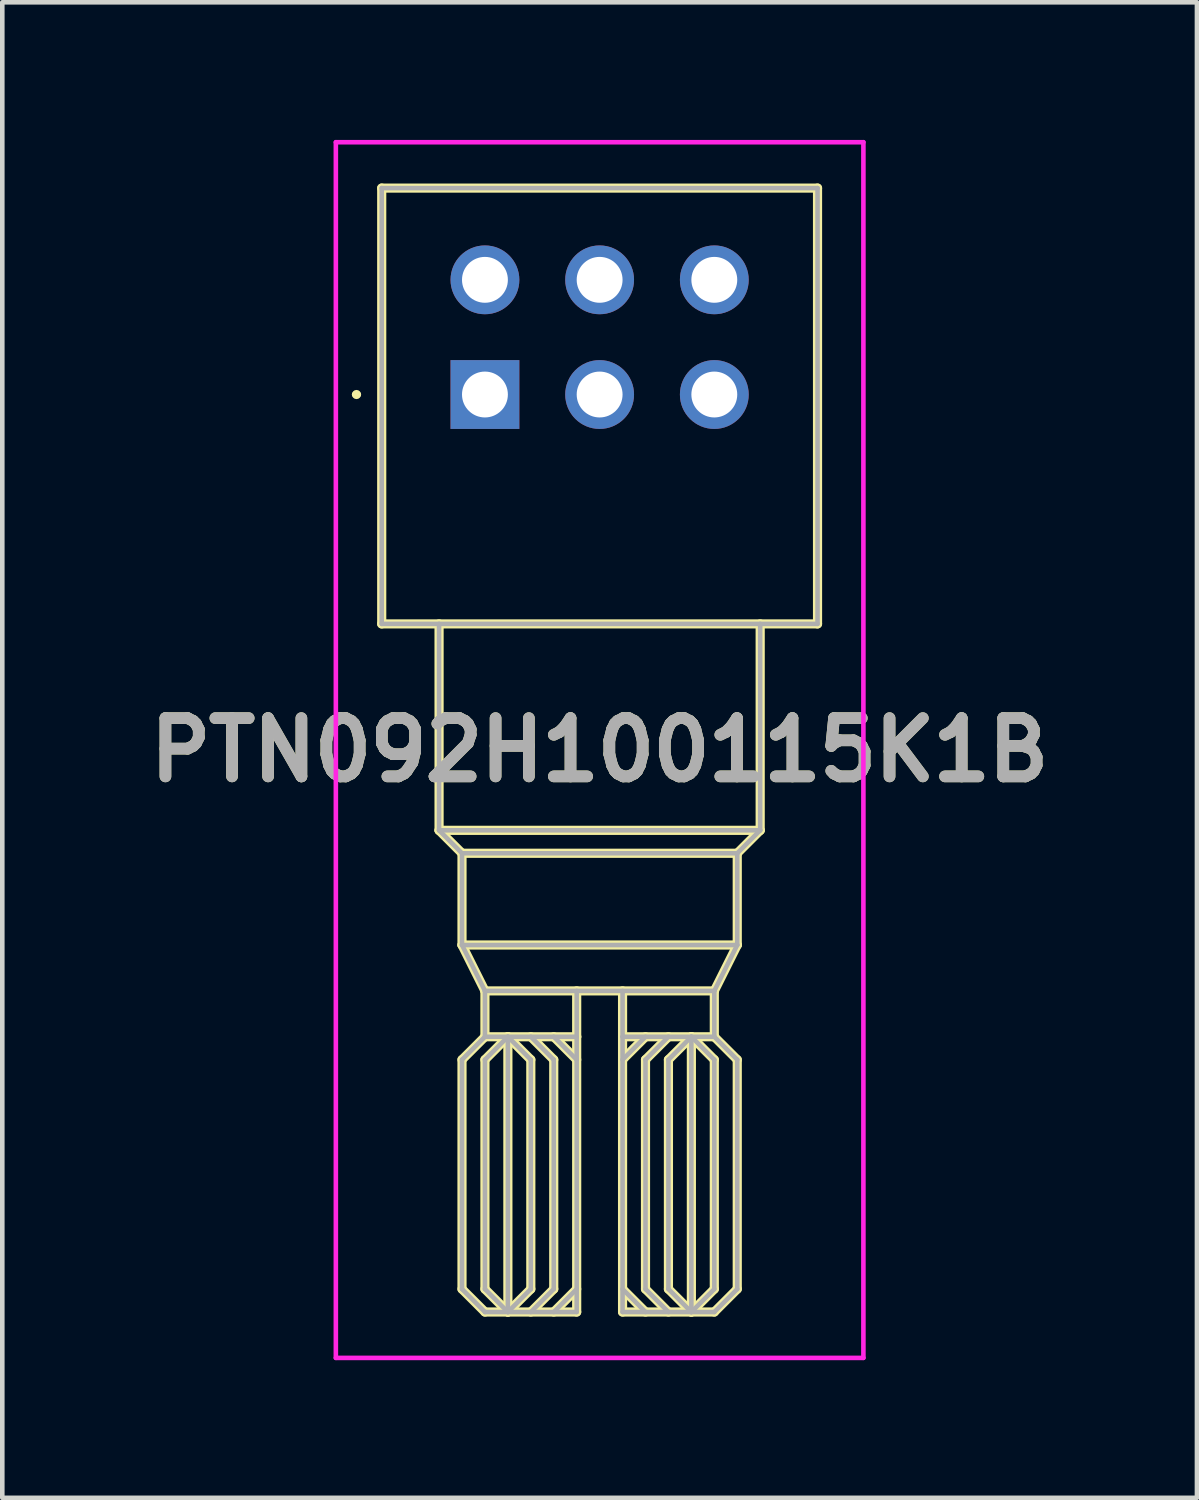
<source format=kicad_pcb>
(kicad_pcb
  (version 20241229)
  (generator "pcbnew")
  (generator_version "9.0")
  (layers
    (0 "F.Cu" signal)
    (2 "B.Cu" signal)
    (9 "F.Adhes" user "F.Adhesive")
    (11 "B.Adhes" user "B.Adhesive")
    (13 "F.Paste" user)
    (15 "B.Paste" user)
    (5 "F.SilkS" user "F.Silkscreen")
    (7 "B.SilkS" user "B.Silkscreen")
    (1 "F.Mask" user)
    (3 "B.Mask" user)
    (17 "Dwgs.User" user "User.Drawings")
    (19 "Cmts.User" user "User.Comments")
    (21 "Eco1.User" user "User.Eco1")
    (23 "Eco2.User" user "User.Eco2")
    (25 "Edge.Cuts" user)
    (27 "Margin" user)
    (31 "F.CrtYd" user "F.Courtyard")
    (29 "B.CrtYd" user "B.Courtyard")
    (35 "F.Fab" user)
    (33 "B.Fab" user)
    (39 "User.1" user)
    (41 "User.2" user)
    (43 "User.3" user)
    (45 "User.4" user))
  (footprint "PTN092H100115K1B"
    (layer "F.Cu")
    (at 7.521 5.55)
    (property "Reference" "PTN092H100115K1B" (at 2.5 7.75 0) (layer "F.SilkS") (effects (font (size 1.27 1.27) (thickness 0.254))))
    (attr through_hole)
    (fp_line (start -2.85 0) (end -2.85 0) (stroke (width 0.1) (type solid)) (layer "F.SilkS"))
    (fp_line (start -2.75 0) (end -2.75 0) (stroke (width 0.1) (type solid)) (layer "F.SilkS"))
    (fp_line (start -2.25 -4.5) (end 7.25 -4.5) (stroke (width 0.2) (type solid)) (layer "F.SilkS"))
    (fp_line (start -2.25 5) (end -2.25 -4.5) (stroke (width 0.2) (type solid)) (layer "F.SilkS"))
    (fp_line (start -1 9.5) (end -1 5) (stroke (width 0.2) (type solid)) (layer "F.SilkS"))
    (fp_line (start -1 9.5) (end 6 9.5) (stroke (width 0.2) (type solid)) (layer "F.SilkS"))
    (fp_line (start -0.5 10) (end -1 9.5) (stroke (width 0.2) (type solid)) (layer "F.SilkS"))
    (fp_line (start -0.5 12) (end -0.5 10) (stroke (width 0.2) (type solid)) (layer "F.SilkS"))
    (fp_line (start -0.5 12) (end 5.5 12) (stroke (width 0.2) (type solid)) (layer "F.SilkS"))
    (fp_line (start -0.5 14.5) (end 0 14) (stroke (width 0.2) (type solid)) (layer "F.SilkS"))
    (fp_line (start -0.5 19.5) (end -0.5 14.5) (stroke (width 0.2) (type solid)) (layer "F.SilkS"))
    (fp_line (start 0 13) (end -0.5 12) (stroke (width 0.2) (type solid)) (layer "F.SilkS"))
    (fp_line (start 0 14) (end 0 13) (stroke (width 0.2) (type solid)) (layer "F.SilkS"))
    (fp_line (start 0 14.5) (end 0.5 14) (stroke (width 0.2) (type solid)) (layer "F.SilkS"))
    (fp_line (start 0 19.5) (end 0 14.5) (stroke (width 0.2) (type solid)) (layer "F.SilkS"))
    (fp_line (start 0 20) (end -0.5 19.5) (stroke (width 0.2) (type solid)) (layer "F.SilkS"))
    (fp_line (start 0.5 14) (end 0.5 20) (stroke (width 0.2) (type solid)) (layer "F.SilkS"))
    (fp_line (start 0.5 14) (end 1 14.5) (stroke (width 0.2) (type solid)) (layer "F.SilkS"))
    (fp_line (start 0.5 20) (end 0 19.5) (stroke (width 0.2) (type solid)) (layer "F.SilkS"))
    (fp_line (start 1 14) (end 1.5 14.5) (stroke (width 0.2) (type solid)) (layer "F.SilkS"))
    (fp_line (start 1 14.5) (end 1 19.5) (stroke (width 0.2) (type solid)) (layer "F.SilkS"))
    (fp_line (start 1 19.5) (end 0.5 20) (stroke (width 0.2) (type solid)) (layer "F.SilkS"))
    (fp_line (start 1.5 14.5) (end 1.5 19.5) (stroke (width 0.2) (type solid)) (layer "F.SilkS"))
    (fp_line (start 1.5 19.5) (end 1 20) (stroke (width 0.2) (type solid)) (layer "F.SilkS"))
    (fp_line (start 2 13) (end 2 14) (stroke (width 0.2) (type solid)) (layer "F.SilkS"))
    (fp_line (start 2 14) (end 0 14) (stroke (width 0.2) (type solid)) (layer "F.SilkS"))
    (fp_line (start 2 14) (end 2 20) (stroke (width 0.2) (type solid)) (layer "F.SilkS"))
    (fp_line (start 2 14.5) (end 1.5 14) (stroke (width 0.2) (type solid)) (layer "F.SilkS"))
    (fp_line (start 2 19.5) (end 1.5 20) (stroke (width 0.2) (type solid)) (layer "F.SilkS"))
    (fp_line (start 2 20) (end 0 20) (stroke (width 0.2) (type solid)) (layer "F.SilkS"))
    (fp_line (start 3 14) (end 3 13) (stroke (width 0.2) (type solid)) (layer "F.SilkS"))
    (fp_line (start 3 14) (end 3 20) (stroke (width 0.2) (type solid)) (layer "F.SilkS"))
    (fp_line (start 3 19.5) (end 3.5 20) (stroke (width 0.2) (type solid)) (layer "F.SilkS"))
    (fp_line (start 3 20) (end 5 20) (stroke (width 0.2) (type solid)) (layer "F.SilkS"))
    (fp_line (start 3.5 14) (end 3 14.5) (stroke (width 0.2) (type solid)) (layer "F.SilkS"))
    (fp_line (start 3.5 14.5) (end 3.5 19.5) (stroke (width 0.2) (type solid)) (layer "F.SilkS"))
    (fp_line (start 3.5 19.5) (end 4 20) (stroke (width 0.2) (type solid)) (layer "F.SilkS"))
    (fp_line (start 4 14) (end 3.5 14.5) (stroke (width 0.2) (type solid)) (layer "F.SilkS"))
    (fp_line (start 4 14.5) (end 4.5 14) (stroke (width 0.2) (type solid)) (layer "F.SilkS"))
    (fp_line (start 4 19.5) (end 4 14.5) (stroke (width 0.2) (type solid)) (layer "F.SilkS"))
    (fp_line (start 4.5 14) (end 4.5 20) (stroke (width 0.2) (type solid)) (layer "F.SilkS"))
    (fp_line (start 4.5 14) (end 5 14.5) (stroke (width 0.2) (type solid)) (layer "F.SilkS"))
    (fp_line (start 4.5 20) (end 4 19.5) (stroke (width 0.2) (type solid)) (layer "F.SilkS"))
    (fp_line (start 5 13) (end 0 13) (stroke (width 0.2) (type solid)) (layer "F.SilkS"))
    (fp_line (start 5 13) (end 5 14) (stroke (width 0.2) (type solid)) (layer "F.SilkS"))
    (fp_line (start 5 14) (end 3 14) (stroke (width 0.2) (type solid)) (layer "F.SilkS"))
    (fp_line (start 5 14.5) (end 5 19.5) (stroke (width 0.2) (type solid)) (layer "F.SilkS"))
    (fp_line (start 5 19.5) (end 4.5 20) (stroke (width 0.2) (type solid)) (layer "F.SilkS"))
    (fp_line (start 5 20) (end 5.5 19.5) (stroke (width 0.2) (type solid)) (layer "F.SilkS"))
    (fp_line (start 5.5 10) (end -0.5 10) (stroke (width 0.2) (type solid)) (layer "F.SilkS"))
    (fp_line (start 5.5 10) (end 5.5 12) (stroke (width 0.2) (type solid)) (layer "F.SilkS"))
    (fp_line (start 5.5 12) (end 5 13) (stroke (width 0.2) (type solid)) (layer "F.SilkS"))
    (fp_line (start 5.5 14.5) (end 5 14) (stroke (width 0.2) (type solid)) (layer "F.SilkS"))
    (fp_line (start 5.5 19.5) (end 5.5 14.5) (stroke (width 0.2) (type solid)) (layer "F.SilkS"))
    (fp_line (start 6 5) (end 6 9.5) (stroke (width 0.2) (type solid)) (layer "F.SilkS"))
    (fp_line (start 6 9.5) (end 5.5 10) (stroke (width 0.2) (type solid)) (layer "F.SilkS"))
    (fp_line (start 7.25 -4.5) (end 7.25 5) (stroke (width 0.2) (type solid)) (layer "F.SilkS"))
    (fp_line (start 7.25 5) (end -2.25 5) (stroke (width 0.2) (type solid)) (layer "F.SilkS"))
    (fp_arc (start -2.85 0) (mid -2.8 -0.05) (end -2.75 0) (stroke (width 0.1) (type solid)) (layer "F.SilkS"))
    (fp_arc (start -2.75 0) (mid -2.8 0.05) (end -2.85 0) (stroke (width 0.1) (type solid)) (layer "F.SilkS"))
    (fp_line (start -3.25 -5.5) (end 8.25 -5.5) (stroke (width 0.1) (type solid)) (layer "F.CrtYd"))
    (fp_line (start -3.25 21) (end -3.25 -5.5) (stroke (width 0.1) (type solid)) (layer "F.CrtYd"))
    (fp_line (start 8.25 -5.5) (end 8.25 21) (stroke (width 0.1) (type solid)) (layer "F.CrtYd"))
    (fp_line (start 8.25 21) (end -3.25 21) (stroke (width 0.1) (type solid)) (layer "F.CrtYd"))
    (fp_line (start -2.25 -4.5) (end 7.25 -4.5) (stroke (width 0.1) (type solid)) (layer "F.Fab"))
    (fp_line (start -2.25 5) (end -2.25 -4.5) (stroke (width 0.1) (type solid)) (layer "F.Fab"))
    (fp_line (start -1 5) (end -1 9.5) (stroke (width 0.1) (type solid)) (layer "F.Fab"))
    (fp_line (start -1 9.5) (end -0.5 10) (stroke (width 0.1) (type solid)) (layer "F.Fab"))
    (fp_line (start -1 9.5) (end 6 9.5) (stroke (width 0.1) (type solid)) (layer "F.Fab"))
    (fp_line (start -0.5 10) (end 5.5 10) (stroke (width 0.1) (type solid)) (layer "F.Fab"))
    (fp_line (start -0.5 12) (end -0.5 10) (stroke (width 0.1) (type solid)) (layer "F.Fab"))
    (fp_line (start -0.5 12) (end 5.5 12) (stroke (width 0.1) (type solid)) (layer "F.Fab"))
    (fp_line (start -0.5 14.5) (end 0 14) (stroke (width 0.1) (type solid)) (layer "F.Fab"))
    (fp_line (start -0.5 19.5) (end -0.5 14.5) (stroke (width 0.1) (type solid)) (layer "F.Fab"))
    (fp_line (start 0 13) (end -0.5 12) (stroke (width 0.1) (type solid)) (layer "F.Fab"))
    (fp_line (start 0 14) (end 0 13) (stroke (width 0.1) (type solid)) (layer "F.Fab"))
    (fp_line (start 0 14.5) (end 0 19.5) (stroke (width 0.1) (type solid)) (layer "F.Fab"))
    (fp_line (start 0 19.5) (end 0.5 20) (stroke (width 0.1) (type solid)) (layer "F.Fab"))
    (fp_line (start 0 20) (end -0.5 19.5) (stroke (width 0.1) (type solid)) (layer "F.Fab"))
    (fp_line (start 0.5 14) (end 0 14.5) (stroke (width 0.1) (type solid)) (layer "F.Fab"))
    (fp_line (start 0.5 14) (end 0.5 20) (stroke (width 0.1) (type solid)) (layer "F.Fab"))
    (fp_line (start 0.5 20) (end 1 19.5) (stroke (width 0.1) (type solid)) (layer "F.Fab"))
    (fp_line (start 1 14) (end 1.5 14.5) (stroke (width 0.1) (type solid)) (layer "F.Fab"))
    (fp_line (start 1 14.5) (end 0.5 14) (stroke (width 0.1) (type solid)) (layer "F.Fab"))
    (fp_line (start 1 19.5) (end 1 14.5) (stroke (width 0.1) (type solid)) (layer "F.Fab"))
    (fp_line (start 1.5 14.5) (end 1.5 19.5) (stroke (width 0.1) (type solid)) (layer "F.Fab"))
    (fp_line (start 1.5 19.5) (end 1 20) (stroke (width 0.1) (type solid)) (layer "F.Fab"))
    (fp_line (start 2 13) (end 2 14) (stroke (width 0.1) (type solid)) (layer "F.Fab"))
    (fp_line (start 2 14) (end 0 14) (stroke (width 0.1) (type solid)) (layer "F.Fab"))
    (fp_line (start 2 14) (end 2 20) (stroke (width 0.1) (type solid)) (layer "F.Fab"))
    (fp_line (start 2 14.5) (end 1.5 14) (stroke (width 0.1) (type solid)) (layer "F.Fab"))
    (fp_line (start 2 19.5) (end 1.5 20) (stroke (width 0.1) (type solid)) (layer "F.Fab"))
    (fp_line (start 2 20) (end 0 20) (stroke (width 0.1) (type solid)) (layer "F.Fab"))
    (fp_line (start 3 14) (end 3 13) (stroke (width 0.1) (type solid)) (layer "F.Fab"))
    (fp_line (start 3 20) (end 3 14) (stroke (width 0.1) (type solid)) (layer "F.Fab"))
    (fp_line (start 3.5 14) (end 3 14.5) (stroke (width 0.1) (type solid)) (layer "F.Fab"))
    (fp_line (start 3.5 14.5) (end 3.5 19.5) (stroke (width 0.1) (type solid)) (layer "F.Fab"))
    (fp_line (start 3.5 19.5) (end 4 20) (stroke (width 0.1) (type solid)) (layer "F.Fab"))
    (fp_line (start 3.5 20) (end 3 19.5) (stroke (width 0.1) (type solid)) (layer "F.Fab"))
    (fp_line (start 4 14) (end 3.5 14.5) (stroke (width 0.1) (type solid)) (layer "F.Fab"))
    (fp_line (start 4 14.5) (end 4.5 14) (stroke (width 0.1) (type solid)) (layer "F.Fab"))
    (fp_line (start 4 19.5) (end 4 14.5) (stroke (width 0.1) (type solid)) (layer "F.Fab"))
    (fp_line (start 4.5 14) (end 4.5 20) (stroke (width 0.1) (type solid)) (layer "F.Fab"))
    (fp_line (start 4.5 14) (end 5 14.5) (stroke (width 0.1) (type solid)) (layer "F.Fab"))
    (fp_line (start 4.5 20) (end 4 19.5) (stroke (width 0.1) (type solid)) (layer "F.Fab"))
    (fp_line (start 5 13) (end 0 13) (stroke (width 0.1) (type solid)) (layer "F.Fab"))
    (fp_line (start 5 13) (end 5 14) (stroke (width 0.1) (type solid)) (layer "F.Fab"))
    (fp_line (start 5 14) (end 3 14) (stroke (width 0.1) (type solid)) (layer "F.Fab"))
    (fp_line (start 5 14) (end 5.5 14.5) (stroke (width 0.1) (type solid)) (layer "F.Fab"))
    (fp_line (start 5 14.5) (end 5 19.5) (stroke (width 0.1) (type solid)) (layer "F.Fab"))
    (fp_line (start 5 19.5) (end 4.5 20) (stroke (width 0.1) (type solid)) (layer "F.Fab"))
    (fp_line (start 5 20) (end 3 20) (stroke (width 0.1) (type solid)) (layer "F.Fab"))
    (fp_line (start 5.5 10) (end 5.5 12) (stroke (width 0.1) (type solid)) (layer "F.Fab"))
    (fp_line (start 5.5 10) (end 6 9.5) (stroke (width 0.1) (type solid)) (layer "F.Fab"))
    (fp_line (start 5.5 12) (end 5 13) (stroke (width 0.1) (type solid)) (layer "F.Fab"))
    (fp_line (start 5.5 14.5) (end 5.5 19.5) (stroke (width 0.1) (type solid)) (layer "F.Fab"))
    (fp_line (start 5.5 19.5) (end 5 20) (stroke (width 0.1) (type solid)) (layer "F.Fab"))
    (fp_line (start 6 9.5) (end 6 5) (stroke (width 0.1) (type solid)) (layer "F.Fab"))
    (fp_line (start 7.25 -4.5) (end 7.25 5) (stroke (width 0.1) (type solid)) (layer "F.Fab"))
    (fp_line (start 7.25 5) (end -2.25 5) (stroke (width 0.1) (type solid)) (layer "F.Fab"))
    (fp_text user "${REFERENCE}" (at 2.5 7.75 0) (layer "F.Fab") (effects (font (size 1.27 1.27) (thickness 0.254))))
    (pad "1" thru_hole rect (at 0 0) (size 1.5 1.5) (drill 1) (layers "*.Cu" "*.Mask"))
    (pad "2" thru_hole circle (at 2.5 0) (size 1.5 1.5) (drill 1) (layers "*.Cu" "*.Mask"))
    (pad "3" thru_hole circle (at 5 0) (size 1.5 1.5) (drill 1) (layers "*.Cu" "*.Mask"))
    (pad "4" thru_hole circle (at 0 -2.5) (size 1.5 1.5) (drill 1) (layers "*.Cu" "*.Mask"))
    (pad "5" thru_hole circle (at 2.5 -2.5) (size 1.5 1.5) (drill 1) (layers "*.Cu" "*.Mask"))
    (pad "6" thru_hole circle (at 5 -2.5) (size 1.5 1.5) (drill 1) (layers "*.Cu" "*.Mask")))
  (gr_rect
    (start -3 -3)
    (end 23.042 29.6)
    (stroke (width 0.1) (type default))
    (fill no)
    (layer "Edge.Cuts")))
</source>
